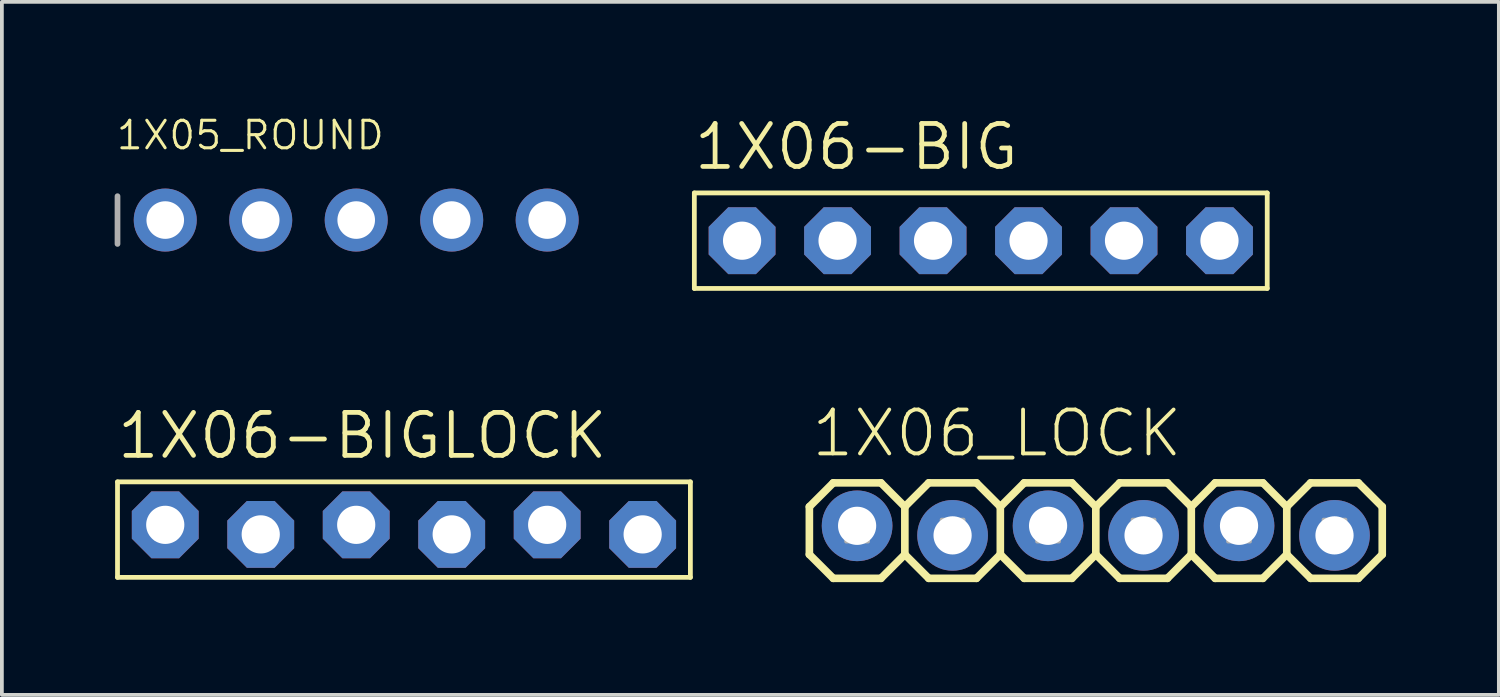
<source format=kicad_pcb>
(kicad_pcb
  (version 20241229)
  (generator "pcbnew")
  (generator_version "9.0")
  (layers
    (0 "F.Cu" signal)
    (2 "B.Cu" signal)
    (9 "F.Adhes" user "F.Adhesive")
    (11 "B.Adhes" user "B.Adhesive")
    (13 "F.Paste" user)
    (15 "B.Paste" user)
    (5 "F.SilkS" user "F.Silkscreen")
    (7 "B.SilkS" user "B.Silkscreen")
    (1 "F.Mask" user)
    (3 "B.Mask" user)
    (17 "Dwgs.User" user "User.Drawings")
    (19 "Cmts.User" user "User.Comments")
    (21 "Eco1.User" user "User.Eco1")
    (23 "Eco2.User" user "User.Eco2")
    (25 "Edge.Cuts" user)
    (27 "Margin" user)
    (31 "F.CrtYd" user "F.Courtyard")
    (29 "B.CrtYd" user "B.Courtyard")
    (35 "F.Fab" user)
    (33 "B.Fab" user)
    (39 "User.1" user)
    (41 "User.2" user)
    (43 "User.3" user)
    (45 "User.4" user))
  (footprint "1X06-BIG"
    (layer "F.Cu")
    (at 23.041 3.353)
    (property "Reference" "1X06-BIG" (at -7.696 -1.829 0) (unlocked yes) (layer "F.SilkS") (effects (font (size 1.143 1.143) (thickness 0.127)) (justify left bottom)))
    (fp_line (start -7.62 -1.27) (end 7.62 -1.27) (stroke (width 0.127) (type solid)) (layer "F.SilkS"))
    (fp_line (start -7.62 1.27) (end -7.62 -1.27) (stroke (width 0.127) (type solid)) (layer "F.SilkS"))
    (fp_line (start 7.62 -1.27) (end 7.62 1.27) (stroke (width 0.127) (type solid)) (layer "F.SilkS"))
    (fp_line (start 7.62 1.27) (end -7.62 1.27) (stroke (width 0.127) (type solid)) (layer "F.SilkS"))
    (fp_poly (pts (xy -6.604 0.254) (xy -6.096 0.254) (xy -6.096 -0.254) (xy -6.604 -0.254)) (stroke (width 0.1) (type default)) (fill no) (layer "F.Fab"))
    (fp_poly (pts (xy -4.064 0.254) (xy -3.556 0.254) (xy -3.556 -0.254) (xy -4.064 -0.254)) (stroke (width 0.1) (type default)) (fill no) (layer "F.Fab"))
    (fp_poly (pts (xy -1.524 0.254) (xy -1.016 0.254) (xy -1.016 -0.254) (xy -1.524 -0.254)) (stroke (width 0.1) (type default)) (fill no) (layer "F.Fab"))
    (fp_poly (pts (xy 1.016 0.254) (xy 1.524 0.254) (xy 1.524 -0.254) (xy 1.016 -0.254)) (stroke (width 0.1) (type default)) (fill no) (layer "F.Fab"))
    (fp_poly (pts (xy 3.556 0.254) (xy 4.064 0.254) (xy 4.064 -0.254) (xy 3.556 -0.254)) (stroke (width 0.1) (type default)) (fill no) (layer "F.Fab"))
    (fp_poly (pts (xy 6.096 0.254) (xy 6.604 0.254) (xy 6.604 -0.254) (xy 6.096 -0.254)) (stroke (width 0.1) (type default)) (fill no) (layer "F.Fab"))
    (pad "1" thru_hole roundrect (at -6.35 0 90) (size 1.778 1.778) (drill 1.016) (layers "*.Cu" "*.Mask") (roundrect_rratio 0.25) (chamfer_ratio 0.293) (chamfer top_left top_right bottom_left bottom_right))
    (pad "2" thru_hole roundrect (at -3.81 0 90) (size 1.778 1.778) (drill 1.016) (layers "*.Cu" "*.Mask") (roundrect_rratio 0.25) (chamfer_ratio 0.293) (chamfer top_left top_right bottom_left bottom_right))
    (pad "3" thru_hole roundrect (at -1.27 0 90) (size 1.778 1.778) (drill 1.016) (layers "*.Cu" "*.Mask") (roundrect_rratio 0.25) (chamfer_ratio 0.293) (chamfer top_left top_right bottom_left bottom_right))
    (pad "4" thru_hole roundrect (at 1.27 0 90) (size 1.778 1.778) (drill 1.016) (layers "*.Cu" "*.Mask") (roundrect_rratio 0.25) (chamfer_ratio 0.293) (chamfer top_left top_right bottom_left bottom_right))
    (pad "5" thru_hole roundrect (at 3.81 0 90) (size 1.778 1.778) (drill 1.016) (layers "*.Cu" "*.Mask") (roundrect_rratio 0.25) (chamfer_ratio 0.293) (chamfer top_left top_right bottom_left bottom_right))
    (pad "6" thru_hole roundrect (at 6.35 0 90) (size 1.778 1.778) (drill 1.016) (layers "*.Cu" "*.Mask") (roundrect_rratio 0.25) (chamfer_ratio 0.293) (chamfer top_left top_right bottom_left bottom_right)))
  (footprint "1X06-BIGLOCK"
    (layer "F.Cu")
    (at 7.696 11.039)
    (property "Reference" "1X06-BIGLOCK" (at -7.696 -1.829 0) (unlocked yes) (layer "F.SilkS") (effects (font (size 1.143 1.143) (thickness 0.127)) (justify left bottom)))
    (fp_line (start -7.62 -1.27) (end 7.62 -1.27) (stroke (width 0.127) (type solid)) (layer "F.SilkS"))
    (fp_line (start -7.62 1.27) (end -7.62 -1.27) (stroke (width 0.127) (type solid)) (layer "F.SilkS"))
    (fp_line (start 7.62 -1.27) (end 7.62 1.27) (stroke (width 0.127) (type solid)) (layer "F.SilkS"))
    (fp_line (start 7.62 1.27) (end -7.62 1.27) (stroke (width 0.127) (type solid)) (layer "F.SilkS"))
    (fp_poly (pts (xy -6.604 0.254) (xy -6.096 0.254) (xy -6.096 -0.254) (xy -6.604 -0.254)) (stroke (width 0.1) (type default)) (fill no) (layer "F.Fab"))
    (fp_poly (pts (xy -4.064 0.254) (xy -3.556 0.254) (xy -3.556 -0.254) (xy -4.064 -0.254)) (stroke (width 0.1) (type default)) (fill no) (layer "F.Fab"))
    (fp_poly (pts (xy -1.524 0.254) (xy -1.016 0.254) (xy -1.016 -0.254) (xy -1.524 -0.254)) (stroke (width 0.1) (type default)) (fill no) (layer "F.Fab"))
    (fp_poly (pts (xy 1.016 0.254) (xy 1.524 0.254) (xy 1.524 -0.254) (xy 1.016 -0.254)) (stroke (width 0.1) (type default)) (fill no) (layer "F.Fab"))
    (fp_poly (pts (xy 3.556 0.254) (xy 4.064 0.254) (xy 4.064 -0.254) (xy 3.556 -0.254)) (stroke (width 0.1) (type default)) (fill no) (layer "F.Fab"))
    (fp_poly (pts (xy 6.096 0.254) (xy 6.604 0.254) (xy 6.604 -0.254) (xy 6.096 -0.254)) (stroke (width 0.1) (type default)) (fill no) (layer "F.Fab"))
    (pad "1" thru_hole roundrect (at -6.35 -0.127 90) (size 1.778 1.778) (drill 1.016) (layers "*.Cu" "*.Mask") (roundrect_rratio 0.25) (chamfer_ratio 0.293) (chamfer top_left top_right bottom_left bottom_right))
    (pad "2" thru_hole roundrect (at -3.81 0.127 90) (size 1.778 1.778) (drill 1.016) (layers "*.Cu" "*.Mask") (roundrect_rratio 0.25) (chamfer_ratio 0.293) (chamfer top_left top_right bottom_left bottom_right))
    (pad "3" thru_hole roundrect (at -1.27 -0.127 90) (size 1.778 1.778) (drill 1.016) (layers "*.Cu" "*.Mask") (roundrect_rratio 0.25) (chamfer_ratio 0.293) (chamfer top_left top_right bottom_left bottom_right))
    (pad "4" thru_hole roundrect (at 1.27 0.127 90) (size 1.778 1.778) (drill 1.016) (layers "*.Cu" "*.Mask") (roundrect_rratio 0.25) (chamfer_ratio 0.293) (chamfer top_left top_right bottom_left bottom_right))
    (pad "5" thru_hole roundrect (at 3.81 -0.127 90) (size 1.778 1.778) (drill 1.016) (layers "*.Cu" "*.Mask") (roundrect_rratio 0.25) (chamfer_ratio 0.293) (chamfer top_left top_right bottom_left bottom_right))
    (pad "6" thru_hole roundrect (at 6.35 0.127 90) (size 1.778 1.778) (drill 1.016) (layers "*.Cu" "*.Mask") (roundrect_rratio 0.25) (chamfer_ratio 0.293) (chamfer top_left top_right bottom_left bottom_right)))
  (footprint "1X06_LOCK"
    (layer "F.Cu")
    (at 19.751 10.938)
    (property "Reference" "1X06_LOCK" (at -1.27 -1.778 0) (unlocked yes) (layer "F.SilkS") (effects (font (size 1.168 1.168) (thickness 0.102)) (justify left bottom)))
    (fp_line (start -1.27 -0.508) (end -0.635 -1.143) (stroke (width 0.203) (type solid)) (layer "F.SilkS"))
    (fp_line (start -1.27 0.762) (end -1.27 -0.508) (stroke (width 0.203) (type solid)) (layer "F.SilkS"))
    (fp_line (start -0.635 -1.143) (end 0.635 -1.143) (stroke (width 0.203) (type solid)) (layer "F.SilkS"))
    (fp_line (start -0.635 1.397) (end -1.27 0.762) (stroke (width 0.203) (type solid)) (layer "F.SilkS"))
    (fp_line (start 0.635 -1.143) (end 1.27 -0.508) (stroke (width 0.203) (type solid)) (layer "F.SilkS"))
    (fp_line (start 0.635 1.397) (end -0.635 1.397) (stroke (width 0.203) (type solid)) (layer "F.SilkS"))
    (fp_line (start 1.27 -0.508) (end 1.27 0.762) (stroke (width 0.203) (type solid)) (layer "F.SilkS"))
    (fp_line (start 1.27 -0.508) (end 1.905 -1.143) (stroke (width 0.203) (type solid)) (layer "F.SilkS"))
    (fp_line (start 1.27 0.762) (end 0.635 1.397) (stroke (width 0.203) (type solid)) (layer "F.SilkS"))
    (fp_line (start 1.905 -1.143) (end 3.175 -1.143) (stroke (width 0.203) (type solid)) (layer "F.SilkS"))
    (fp_line (start 1.905 1.397) (end 1.27 0.762) (stroke (width 0.203) (type solid)) (layer "F.SilkS"))
    (fp_line (start 3.175 -1.143) (end 3.81 -0.508) (stroke (width 0.203) (type solid)) (layer "F.SilkS"))
    (fp_line (start 3.175 1.397) (end 1.905 1.397) (stroke (width 0.203) (type solid)) (layer "F.SilkS"))
    (fp_line (start 3.81 -0.508) (end 3.81 0.762) (stroke (width 0.203) (type solid)) (layer "F.SilkS"))
    (fp_line (start 3.81 -0.508) (end 4.445 -1.143) (stroke (width 0.203) (type solid)) (layer "F.SilkS"))
    (fp_line (start 3.81 0.762) (end 3.175 1.397) (stroke (width 0.203) (type solid)) (layer "F.SilkS"))
    (fp_line (start 4.445 -1.143) (end 5.715 -1.143) (stroke (width 0.203) (type solid)) (layer "F.SilkS"))
    (fp_line (start 4.445 1.397) (end 3.81 0.762) (stroke (width 0.203) (type solid)) (layer "F.SilkS"))
    (fp_line (start 5.715 -1.143) (end 6.35 -0.508) (stroke (width 0.203) (type solid)) (layer "F.SilkS"))
    (fp_line (start 5.715 1.397) (end 4.445 1.397) (stroke (width 0.203) (type solid)) (layer "F.SilkS"))
    (fp_line (start 6.35 -0.508) (end 6.35 0.762) (stroke (width 0.203) (type solid)) (layer "F.SilkS"))
    (fp_line (start 6.35 -0.508) (end 6.985 -1.143) (stroke (width 0.203) (type solid)) (layer "F.SilkS"))
    (fp_line (start 6.35 0.762) (end 5.715 1.397) (stroke (width 0.203) (type solid)) (layer "F.SilkS"))
    (fp_line (start 6.985 -1.143) (end 8.255 -1.143) (stroke (width 0.203) (type solid)) (layer "F.SilkS"))
    (fp_line (start 6.985 1.397) (end 6.35 0.762) (stroke (width 0.203) (type solid)) (layer "F.SilkS"))
    (fp_line (start 8.255 -1.143) (end 8.89 -0.508) (stroke (width 0.203) (type solid)) (layer "F.SilkS"))
    (fp_line (start 8.255 1.397) (end 6.985 1.397) (stroke (width 0.203) (type solid)) (layer "F.SilkS"))
    (fp_line (start 8.89 -0.508) (end 8.89 0.762) (stroke (width 0.203) (type solid)) (layer "F.SilkS"))
    (fp_line (start 8.89 -0.508) (end 9.525 -1.143) (stroke (width 0.203) (type solid)) (layer "F.SilkS"))
    (fp_line (start 8.89 0.762) (end 8.255 1.397) (stroke (width 0.203) (type solid)) (layer "F.SilkS"))
    (fp_line (start 9.525 -1.143) (end 10.795 -1.143) (stroke (width 0.203) (type solid)) (layer "F.SilkS"))
    (fp_line (start 9.525 1.397) (end 8.89 0.762) (stroke (width 0.203) (type solid)) (layer "F.SilkS"))
    (fp_line (start 10.795 -1.143) (end 11.43 -0.508) (stroke (width 0.203) (type solid)) (layer "F.SilkS"))
    (fp_line (start 10.795 1.397) (end 9.525 1.397) (stroke (width 0.203) (type solid)) (layer "F.SilkS"))
    (fp_line (start 11.43 -0.508) (end 11.43 0.762) (stroke (width 0.203) (type solid)) (layer "F.SilkS"))
    (fp_line (start 11.43 -0.508) (end 12.065 -1.143) (stroke (width 0.203) (type solid)) (layer "F.SilkS"))
    (fp_line (start 11.43 0.762) (end 10.795 1.397) (stroke (width 0.203) (type solid)) (layer "F.SilkS"))
    (fp_line (start 12.065 -1.143) (end 13.335 -1.143) (stroke (width 0.203) (type solid)) (layer "F.SilkS"))
    (fp_line (start 12.065 1.397) (end 11.43 0.762) (stroke (width 0.203) (type solid)) (layer "F.SilkS"))
    (fp_line (start 13.335 -1.143) (end 13.97 -0.508) (stroke (width 0.203) (type solid)) (layer "F.SilkS"))
    (fp_line (start 13.335 1.397) (end 12.065 1.397) (stroke (width 0.203) (type solid)) (layer "F.SilkS"))
    (fp_line (start 13.97 -0.508) (end 13.97 0.762) (stroke (width 0.203) (type solid)) (layer "F.SilkS"))
    (fp_line (start 13.97 0.762) (end 13.335 1.397) (stroke (width 0.203) (type solid)) (layer "F.SilkS"))
    (fp_poly (pts (xy -0.292 0.419) (xy 0.292 0.419) (xy 0.292 -0.165) (xy -0.292 -0.165)) (stroke (width 0.1) (type default)) (fill no) (layer "F.Fab"))
    (fp_poly (pts (xy 2.248 0.419) (xy 2.832 0.419) (xy 2.832 -0.165) (xy 2.248 -0.165)) (stroke (width 0.1) (type default)) (fill no) (layer "F.Fab"))
    (fp_poly (pts (xy 4.788 0.419) (xy 5.372 0.419) (xy 5.372 -0.165) (xy 4.788 -0.165)) (stroke (width 0.1) (type default)) (fill no) (layer "F.Fab"))
    (fp_poly (pts (xy 7.328 0.419) (xy 7.912 0.419) (xy 7.912 -0.165) (xy 7.328 -0.165)) (stroke (width 0.1) (type default)) (fill no) (layer "F.Fab"))
    (fp_poly (pts (xy 9.868 0.419) (xy 10.452 0.419) (xy 10.452 -0.165) (xy 9.868 -0.165)) (stroke (width 0.1) (type default)) (fill no) (layer "F.Fab"))
    (fp_poly (pts (xy 12.408 0.419) (xy 12.992 0.419) (xy 12.992 -0.165) (xy 12.408 -0.165)) (stroke (width 0.1) (type default)) (fill no) (layer "F.Fab"))
    (pad "1" thru_hole circle (at 0 0) (size 1.88 1.88) (drill 1.016) (layers "*.Cu" "*.Mask"))
    (pad "2" thru_hole circle (at 2.54 0.254) (size 1.88 1.88) (drill 1.016) (layers "*.Cu" "*.Mask"))
    (pad "3" thru_hole circle (at 5.08 0) (size 1.88 1.88) (drill 1.016) (layers "*.Cu" "*.Mask"))
    (pad "4" thru_hole circle (at 7.62 0.254) (size 1.88 1.88) (drill 1.016) (layers "*.Cu" "*.Mask"))
    (pad "5" thru_hole circle (at 10.16 0) (size 1.88 1.88) (drill 1.016) (layers "*.Cu" "*.Mask"))
    (pad "6" thru_hole circle (at 12.7 0.254) (size 1.88 1.88) (drill 1.016) (layers "*.Cu" "*.Mask")))
  (footprint "1X05_ROUND"
    (layer "F.Cu")
    (at 6.426 2.804)
    (property "Reference" "1X05_ROUND" (at -6.426 -1.829 0) (unlocked yes) (layer "F.SilkS") (effects (font (size 0.732 0.732) (thickness 0.081)) (justify left bottom)))
    (fp_line (start -6.35 -0.635) (end -6.35 0.635) (stroke (width 0.152) (type solid)) (layer "F.Fab"))
    (fp_poly (pts (xy -5.334 0.254) (xy -4.826 0.254) (xy -4.826 -0.254) (xy -5.334 -0.254)) (stroke (width 0.1) (type default)) (fill no) (layer "F.Fab"))
    (fp_poly (pts (xy -2.794 0.254) (xy -2.286 0.254) (xy -2.286 -0.254) (xy -2.794 -0.254)) (stroke (width 0.1) (type default)) (fill no) (layer "F.Fab"))
    (fp_poly (pts (xy -0.254 0.254) (xy 0.254 0.254) (xy 0.254 -0.254) (xy -0.254 -0.254)) (stroke (width 0.1) (type default)) (fill no) (layer "F.Fab"))
    (fp_poly (pts (xy 2.286 0.254) (xy 2.794 0.254) (xy 2.794 -0.254) (xy 2.286 -0.254)) (stroke (width 0.1) (type default)) (fill no) (layer "F.Fab"))
    (fp_poly (pts (xy 4.826 0.254) (xy 5.334 0.254) (xy 5.334 -0.254) (xy 4.826 -0.254)) (stroke (width 0.1) (type default)) (fill no) (layer "F.Fab"))
    (pad "1" thru_hole circle (at -5.08 0 90) (size 1.676 1.676) (drill 1) (layers "*.Cu" "*.Mask"))
    (pad "2" thru_hole circle (at -2.54 0 90) (size 1.676 1.676) (drill 1) (layers "*.Cu" "*.Mask"))
    (pad "3" thru_hole circle (at 0 0 90) (size 1.676 1.676) (drill 1) (layers "*.Cu" "*.Mask"))
    (pad "4" thru_hole circle (at 2.54 0 90) (size 1.676 1.676) (drill 1) (layers "*.Cu" "*.Mask"))
    (pad "5" thru_hole circle (at 5.08 0 90) (size 1.676 1.676) (drill 1) (layers "*.Cu" "*.Mask")))
  (gr_rect
    (start -3 -3)
    (end 36.823 15.436)
    (stroke (width 0.1) (type default))
    (fill no)
    (layer "Edge.Cuts")))
</source>
